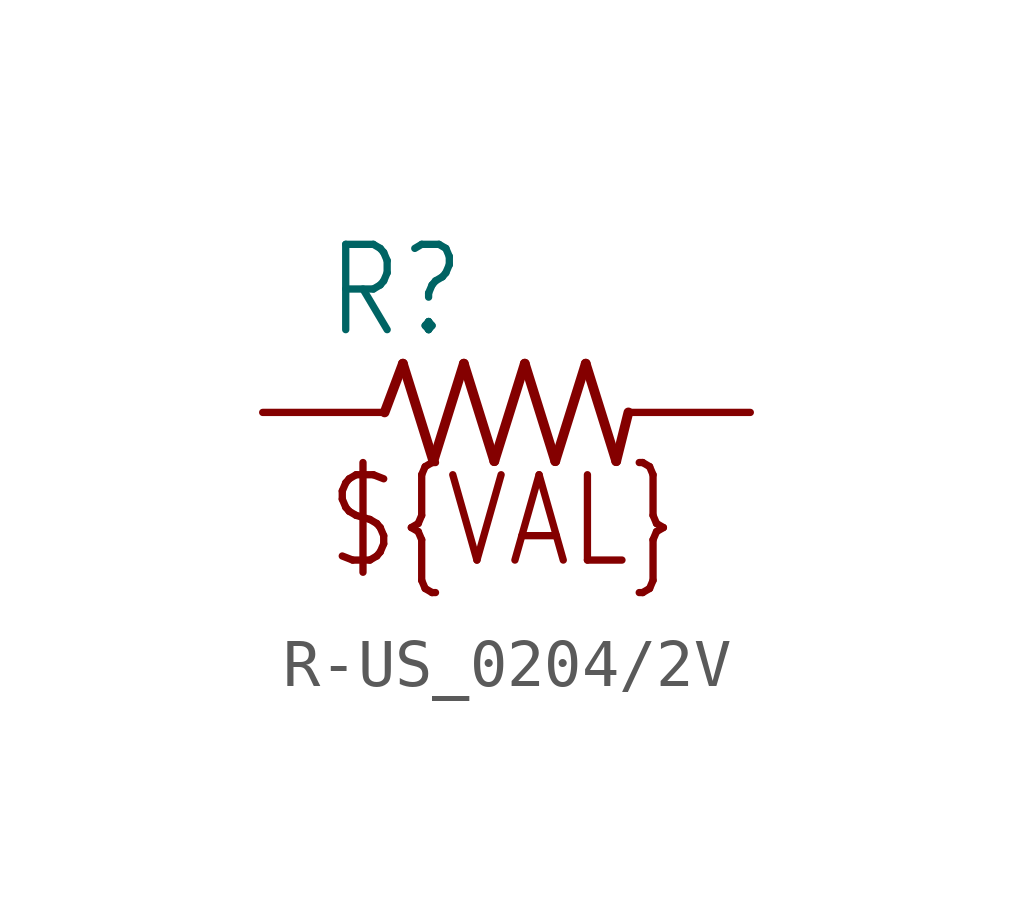
<source format=kicad_sym>
(kicad_symbol_lib
  (version 20231120)
  (generator "kicad_symbol_editor")
  (generator_version "8.0")
  (symbol "R-US_0204/2V"
    (property "Reference" "R"
      (at -3.81 1.499 0)
      (effects (font (size 1.778 1.511)) (justify left bottom)))
    (property "ki_locked" ""
      (at 0 0 0)
      (effects (font (size 1.27 1.27))))
    (symbol "R-US_0204/2V_1_0"
      (polyline (pts (xy -2.54 0) (xy -2.159 1.016)) (stroke (width 0.203) (type solid)) (fill (type none)))
      (polyline (pts (xy -2.159 1.016) (xy -1.524 -1.016)) (stroke (width 0.203) (type solid)) (fill (type none)))
      (polyline (pts (xy -1.524 -1.016) (xy -0.889 1.016)) (stroke (width 0.203) (type solid)) (fill (type none)))
      (polyline (pts (xy -0.889 1.016) (xy -0.254 -1.016)) (stroke (width 0.203) (type solid)) (fill (type none)))
      (polyline (pts (xy -0.254 -1.016) (xy 0.381 1.016)) (stroke (width 0.203) (type solid)) (fill (type none)))
      (polyline (pts (xy 0.381 1.016) (xy 1.016 -1.016)) (stroke (width 0.203) (type solid)) (fill (type none)))
      (polyline (pts (xy 1.016 -1.016) (xy 1.651 1.016)) (stroke (width 0.203) (type solid)) (fill (type none)))
      (polyline (pts (xy 1.651 1.016) (xy 2.286 -1.016)) (stroke (width 0.203) (type solid)) (fill (type none)))
      (polyline (pts (xy 2.286 -1.016) (xy 2.54 0)) (stroke (width 0.203) (type solid)) (fill (type none)))
      (text "${VAL}" (at -3.81 -3.302 0) (effects (font (size 1.778 1.511)) (justify left bottom)))
      (pin passive line (at -5.08 0 0) (length 2.54) (name "1" (effects (font (size 0 0)))) (number "1" (effects (font (size 0 0)))))
      (pin passive line (at 5.08 0 180) (length 2.54) (name "2" (effects (font (size 0 0)))) (number "2" (effects (font (size 0 0))))))))
</source>
